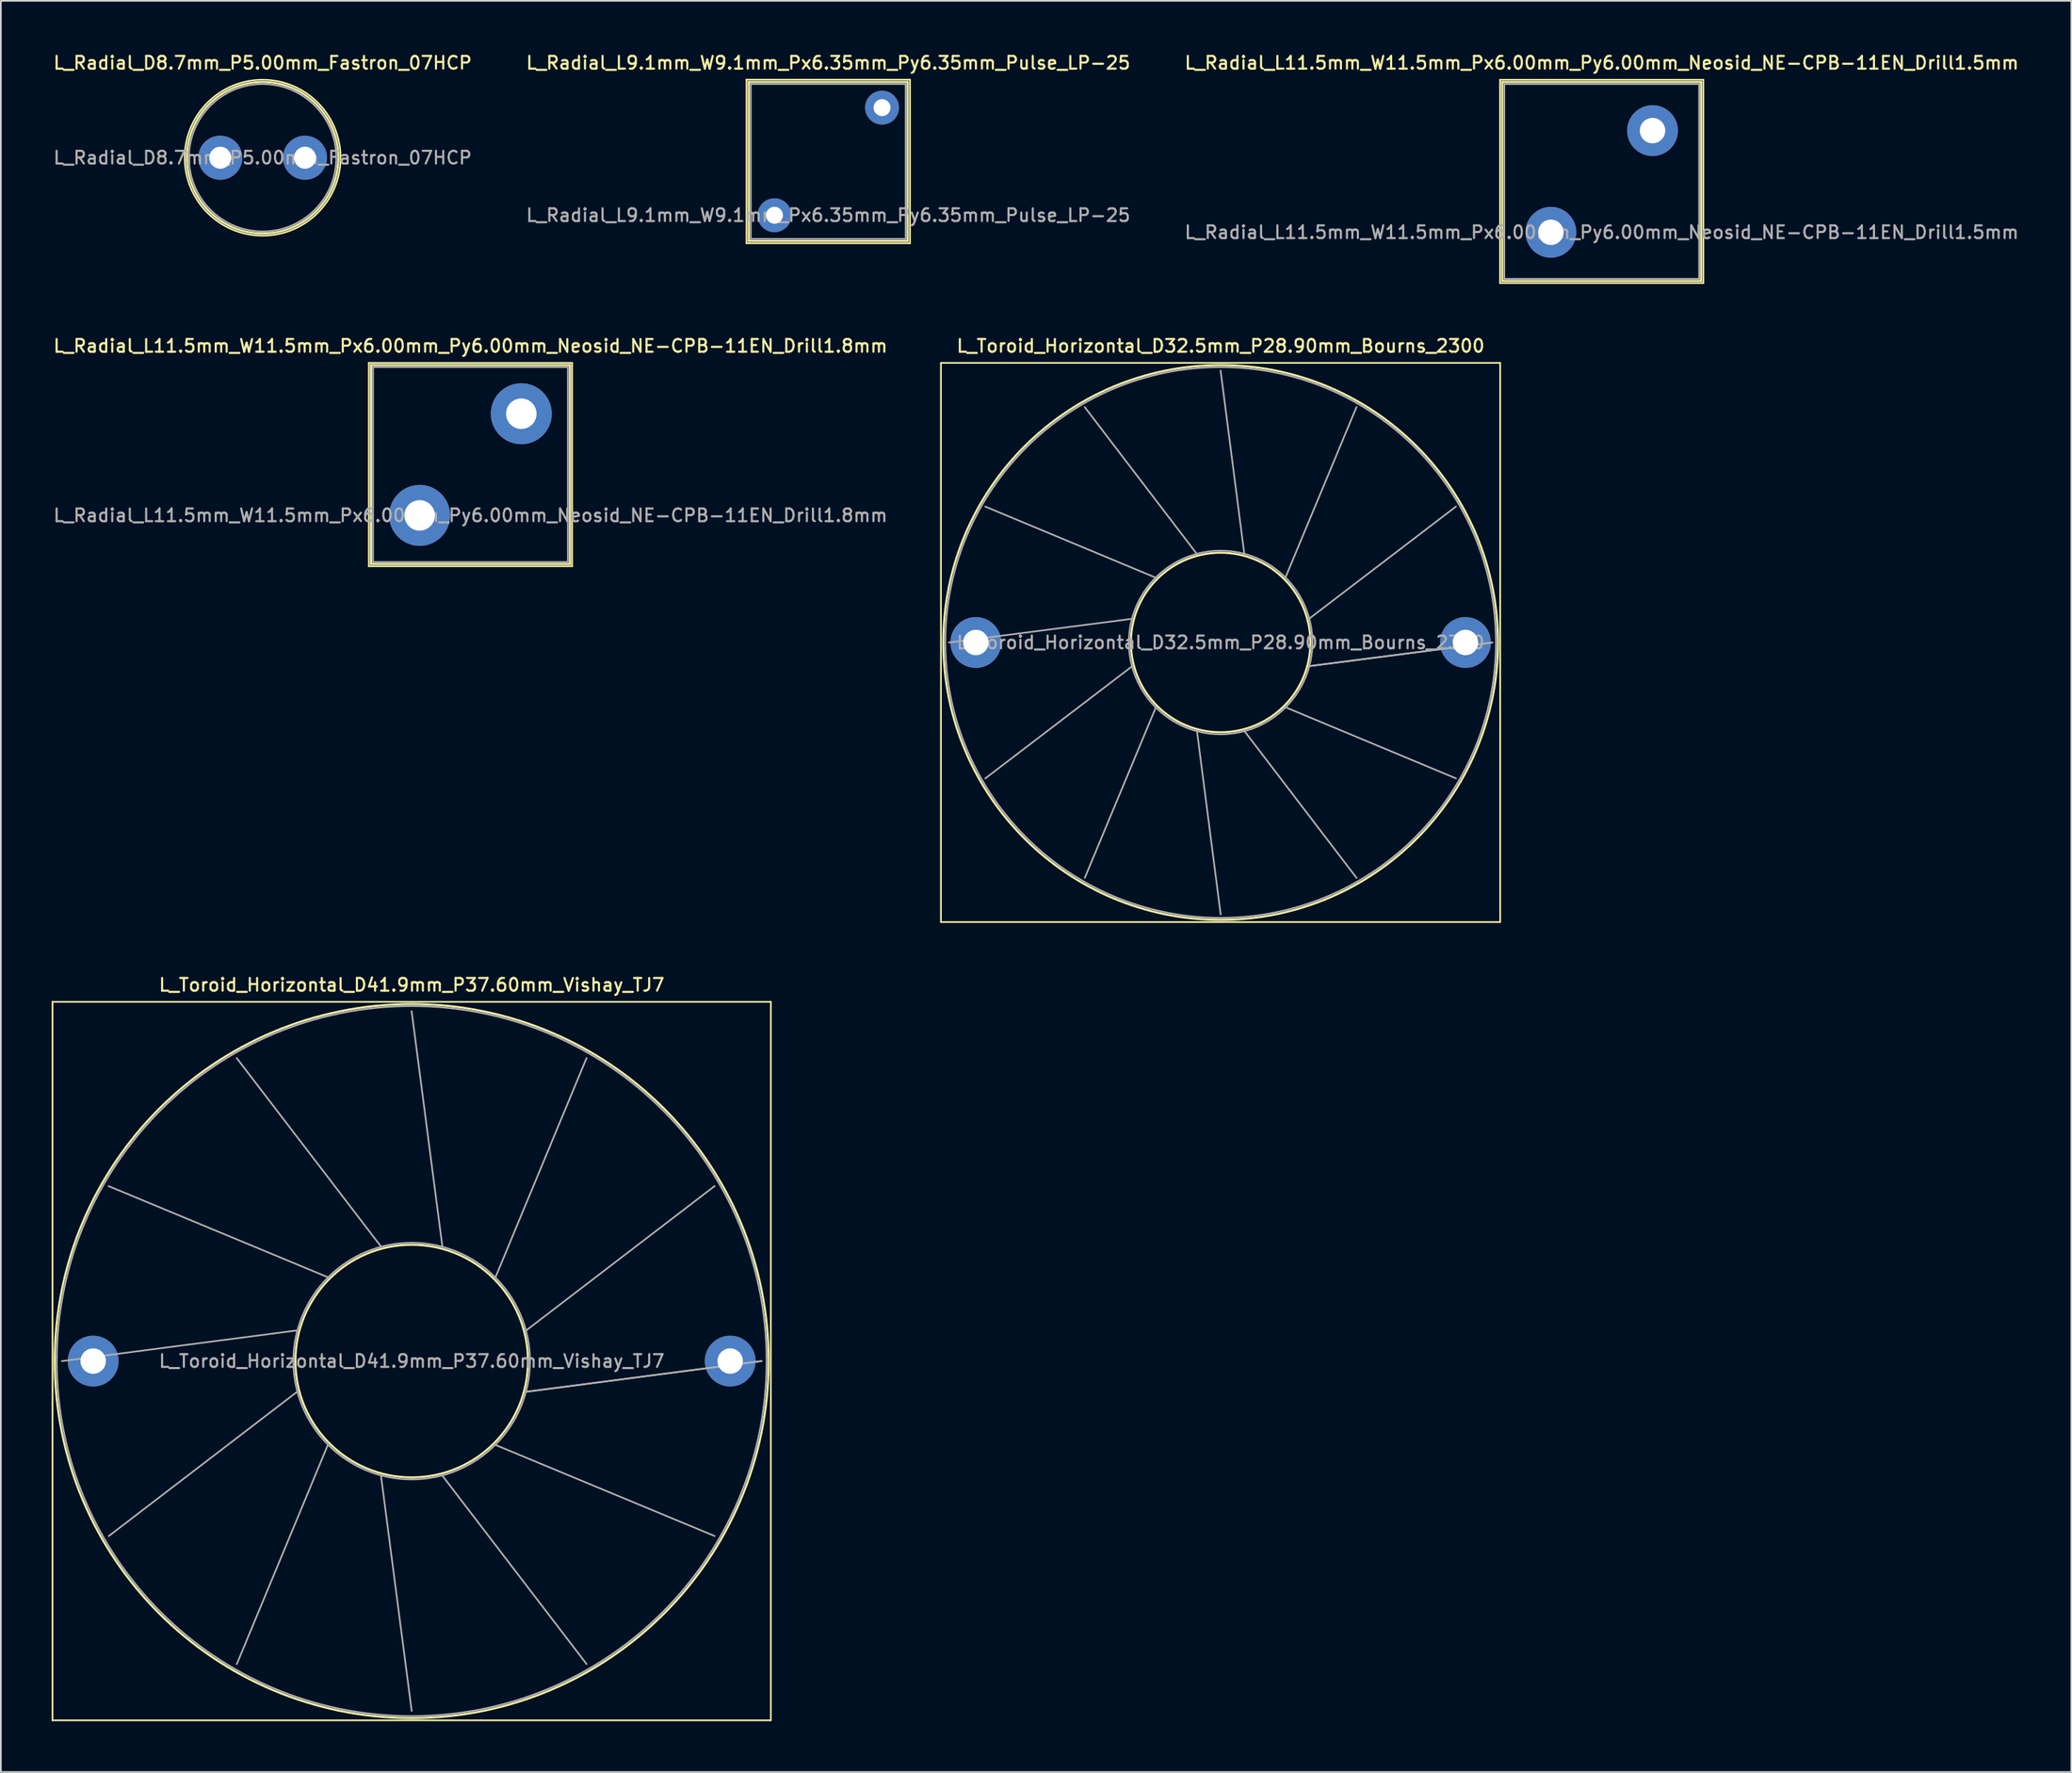
<source format=kicad_pcb>
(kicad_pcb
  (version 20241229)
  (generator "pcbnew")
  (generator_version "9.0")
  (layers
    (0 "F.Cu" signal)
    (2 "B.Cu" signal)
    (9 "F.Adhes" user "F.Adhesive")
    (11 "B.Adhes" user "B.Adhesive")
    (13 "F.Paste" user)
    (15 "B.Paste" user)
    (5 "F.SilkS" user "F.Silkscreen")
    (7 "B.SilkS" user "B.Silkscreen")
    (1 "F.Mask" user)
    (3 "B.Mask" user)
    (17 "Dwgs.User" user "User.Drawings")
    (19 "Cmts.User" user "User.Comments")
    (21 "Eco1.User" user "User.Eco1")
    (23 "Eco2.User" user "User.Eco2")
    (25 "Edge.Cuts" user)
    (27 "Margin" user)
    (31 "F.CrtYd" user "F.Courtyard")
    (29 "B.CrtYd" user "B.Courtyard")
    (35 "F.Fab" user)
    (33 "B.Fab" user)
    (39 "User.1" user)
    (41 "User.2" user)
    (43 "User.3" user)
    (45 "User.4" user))
  (footprint "L_Toroid_Horizontal_D32.5mm_P28.90mm_Bourns_2300"
    (layer "F.Cu")
    (at 54.549 34.866)
    (property "Reference" "L_Toroid_Horizontal_D32.5mm_P28.90mm_Bourns_2300" (at 14.45 -17.5 0) (layer "F.SilkS") (effects (font (size 0.75 0.75) (thickness 0.125))))
    (attr through_hole)
    (fp_line (start -2.06 -16.5) (end -2.06 16.5) (stroke (width 0.1) (type solid)) (layer "F.SilkS"))
    (fp_line (start -2.06 16.5) (end 30.95 16.5) (stroke (width 0.1) (type solid)) (layer "F.SilkS"))
    (fp_line (start 30.95 -16.5) (end -2.06 -16.5) (stroke (width 0.1) (type solid)) (layer "F.SilkS"))
    (fp_line (start 30.95 16.5) (end 30.95 -16.5) (stroke (width 0.1) (type solid)) (layer "F.SilkS"))
    (fp_circle (center 14.45 0) (end 19.747 0) (stroke (width 0.12) (type solid)) (fill no) (layer "F.SilkS"))
    (fp_circle (center 14.45 0) (end 30.82 0) (stroke (width 0.12) (type solid)) (fill no) (layer "F.SilkS"))
    (fp_line (start -1.593 0.001) (end 9.231 -1.398) (stroke (width 0.1) (type solid)) (layer "F.Fab"))
    (fp_line (start 0.556 -8.02) (end 10.629 -3.82) (stroke (width 0.1) (type solid)) (layer "F.Fab"))
    (fp_line (start 0.557 8.022) (end 9.232 1.399) (stroke (width 0.1) (type solid)) (layer "F.Fab"))
    (fp_line (start 6.427 -13.892) (end 13.051 -5.218) (stroke (width 0.1) (type solid)) (layer "F.Fab"))
    (fp_line (start 6.43 13.894) (end 10.63 3.82) (stroke (width 0.1) (type solid)) (layer "F.Fab"))
    (fp_line (start 14.448 -16.043) (end 15.848 -5.219) (stroke (width 0.1) (type solid)) (layer "F.Fab"))
    (fp_line (start 14.451 16.043) (end 13.052 5.219) (stroke (width 0.1) (type solid)) (layer "F.Fab"))
    (fp_line (start 22.469 -13.895) (end 18.27 -3.821) (stroke (width 0.1) (type solid)) (layer "F.Fab"))
    (fp_line (start 22.472 13.893) (end 15.848 5.218) (stroke (width 0.1) (type solid)) (layer "F.Fab"))
    (fp_line (start 28.342 -8.024) (end 19.668 -1.399) (stroke (width 0.1) (type solid)) (layer "F.Fab"))
    (fp_line (start 28.343 8.021) (end 18.27 3.82) (stroke (width 0.1) (type solid)) (layer "F.Fab"))
    (fp_line (start 30.493 -0.003) (end 19.669 1.397) (stroke (width 0.1) (type solid)) (layer "F.Fab"))
    (fp_line (start 30.493 0) (end 19.669 1.398) (stroke (width 0.1) (type solid)) (layer "F.Fab"))
    (fp_circle (center 14.45 0) (end 19.867 0) (stroke (width 0.1) (type solid)) (fill no) (layer "F.Fab"))
    (fp_circle (center 14.45 0) (end 30.7 0) (stroke (width 0.1) (type solid)) (fill no) (layer "F.Fab"))
    (fp_text user "${REFERENCE}" (at 14.45 0 0) (layer "F.Fab") (effects (font (size 0.75 0.75) (thickness 0.125))))
    (pad "1" thru_hole circle (at 0 0) (size 3 3) (drill 1.5) (layers "*.Cu" "*.Mask"))
    (pad "2" thru_hole circle (at 28.9 0) (size 3 3) (drill 1.5) (layers "*.Cu" "*.Mask")))
  (footprint "L_Radial_L11.5mm_W11.5mm_Px6.00mm_Py6.00mm_Neosid_NE-CPB-11EN_Drill1.8mm"
    (layer "F.Cu")
    (at 21.72 27.366)
    (property "Reference" "L_Radial_L11.5mm_W11.5mm_Px6.00mm_Py6.00mm_Neosid_NE-CPB-11EN_Drill1.8mm" (at 3 -10 0) (layer "F.SilkS") (effects (font (size 0.75 0.75) (thickness 0.125))))
    (attr through_hole)
    (fp_line (start -3 -9) (end -3 3) (stroke (width 0.1) (type solid)) (layer "F.SilkS"))
    (fp_line (start -3 3) (end 9 3) (stroke (width 0.1) (type solid)) (layer "F.SilkS"))
    (fp_line (start -2.87 -8.87) (end -2.87 2.87) (stroke (width 0.12) (type solid)) (layer "F.SilkS"))
    (fp_line (start -2.87 -8.87) (end 8.87 -8.87) (stroke (width 0.12) (type solid)) (layer "F.SilkS"))
    (fp_line (start -2.87 2.87) (end 8.87 2.87) (stroke (width 0.12) (type solid)) (layer "F.SilkS"))
    (fp_line (start 8.87 -8.87) (end 8.87 2.87) (stroke (width 0.12) (type solid)) (layer "F.SilkS"))
    (fp_line (start 9 -9) (end -3 -9) (stroke (width 0.1) (type solid)) (layer "F.SilkS"))
    (fp_line (start 9 3) (end 9 -9) (stroke (width 0.1) (type solid)) (layer "F.SilkS"))
    (fp_line (start -2.75 -8.75) (end -2.75 2.75) (stroke (width 0.1) (type solid)) (layer "F.Fab"))
    (fp_line (start -2.75 2.75) (end 8.75 2.75) (stroke (width 0.1) (type solid)) (layer "F.Fab"))
    (fp_line (start 8.75 -8.75) (end -2.75 -8.75) (stroke (width 0.1) (type solid)) (layer "F.Fab"))
    (fp_line (start 8.75 2.75) (end 8.75 -8.75) (stroke (width 0.1) (type solid)) (layer "F.Fab"))
    (fp_text user "${REFERENCE}" (at 3 0 0) (layer "F.Fab") (effects (font (size 0.75 0.75) (thickness 0.125))))
    (pad "1" thru_hole circle (at 0 0) (size 3.6 3.6) (drill 1.8) (layers "*.Cu" "*.Mask"))
    (pad "2" thru_hole circle (at 6 -6) (size 3.6 3.6) (drill 1.8) (layers "*.Cu" "*.Mask")))
  (footprint "L_Radial_D8.7mm_P5.00mm_Fastron_07HCP"
    (layer "F.Cu")
    (at 9.952 6.258)
    (property "Reference" "L_Radial_D8.7mm_P5.00mm_Fastron_07HCP" (at 2.5 -5.6 0) (layer "F.SilkS") (effects (font (size 0.75 0.75) (thickness 0.125))))
    (attr through_hole)
    (fp_circle (center 2.5 0) (end 6.97 0) (stroke (width 0.12) (type solid)) (fill no) (layer "F.SilkS"))
    (fp_circle (center 2.5 0) (end 7.1 0) (stroke (width 0.1) (type solid)) (fill no) (layer "F.SilkS"))
    (fp_circle (center 2.5 0) (end 6.85 0) (stroke (width 0.1) (type solid)) (fill no) (layer "F.Fab"))
    (fp_text user "${REFERENCE}" (at 2.5 0 0) (layer "F.Fab") (effects (font (size 0.75 0.75) (thickness 0.125))))
    (pad "1" thru_hole circle (at 0 0) (size 2.6 2.6) (drill 1.3) (layers "*.Cu" "*.Mask"))
    (pad "2" thru_hole circle (at 5 0) (size 2.6 2.6) (drill 1.3) (layers "*.Cu" "*.Mask")))
  (footprint "L_Toroid_Horizontal_D41.9mm_P37.60mm_Vishay_TJ7"
    (layer "F.Cu")
    (at 2.45 77.274)
    (property "Reference" "L_Toroid_Horizontal_D41.9mm_P37.60mm_Vishay_TJ7" (at 18.8 -22.2 0) (layer "F.SilkS") (effects (font (size 0.75 0.75) (thickness 0.125))))
    (attr through_hole)
    (fp_line (start -2.4 -21.2) (end -2.4 21.2) (stroke (width 0.1) (type solid)) (layer "F.SilkS"))
    (fp_line (start -2.4 21.2) (end 40 21.2) (stroke (width 0.1) (type solid)) (layer "F.SilkS"))
    (fp_line (start 40 -21.2) (end -2.4 -21.2) (stroke (width 0.1) (type solid)) (layer "F.SilkS"))
    (fp_line (start 40 21.2) (end 40 -21.2) (stroke (width 0.1) (type solid)) (layer "F.SilkS"))
    (fp_circle (center 18.8 0) (end 25.663 0) (stroke (width 0.12) (type solid)) (fill no) (layer "F.SilkS"))
    (fp_circle (center 18.8 0) (end 39.87 0) (stroke (width 0.12) (type solid)) (fill no) (layer "F.SilkS"))
    (fp_line (start -1.849 0.002) (end 12.038 -1.811) (stroke (width 0.1) (type solid)) (layer "F.Fab"))
    (fp_line (start 0.917 -10.322) (end 13.849 -4.95) (stroke (width 0.1) (type solid)) (layer "F.Fab"))
    (fp_line (start 0.919 10.326) (end 12.038 1.812) (stroke (width 0.1) (type solid)) (layer "F.Fab"))
    (fp_line (start 8.473 -17.881) (end 16.987 -6.762) (stroke (width 0.1) (type solid)) (layer "F.Fab"))
    (fp_line (start 8.477 17.883) (end 13.85 4.951) (stroke (width 0.1) (type solid)) (layer "F.Fab"))
    (fp_line (start 18.797 -20.649) (end 20.611 -6.762) (stroke (width 0.1) (type solid)) (layer "F.Fab"))
    (fp_line (start 18.801 20.649) (end 16.988 6.762) (stroke (width 0.1) (type solid)) (layer "F.Fab"))
    (fp_line (start 29.122 -17.884) (end 23.749 -4.951) (stroke (width 0.1) (type solid)) (layer "F.Fab"))
    (fp_line (start 29.125 17.882) (end 20.612 6.762) (stroke (width 0.1) (type solid)) (layer "F.Fab"))
    (fp_line (start 36.68 -10.327) (end 25.562 -1.813) (stroke (width 0.1) (type solid)) (layer "F.Fab"))
    (fp_line (start 36.682 10.324) (end 23.75 4.95) (stroke (width 0.1) (type solid)) (layer "F.Fab"))
    (fp_line (start 39.449 -0.004) (end 25.562 1.811) (stroke (width 0.1) (type solid)) (layer "F.Fab"))
    (fp_line (start 39.449 0) (end 25.562 1.812) (stroke (width 0.1) (type solid)) (layer "F.Fab"))
    (fp_circle (center 18.8 0) (end 25.783 0) (stroke (width 0.1) (type solid)) (fill no) (layer "F.Fab"))
    (fp_circle (center 18.8 0) (end 39.75 0) (stroke (width 0.1) (type solid)) (fill no) (layer "F.Fab"))
    (fp_text user "${REFERENCE}" (at 18.8 0 0) (layer "F.Fab") (effects (font (size 0.75 0.75) (thickness 0.125))))
    (pad "1" thru_hole circle (at 0 0) (size 3 3) (drill 1.5) (layers "*.Cu" "*.Mask"))
    (pad "2" thru_hole circle (at 37.6 0) (size 3 3) (drill 1.5) (layers "*.Cu" "*.Mask")))
  (footprint "L_Radial_L11.5mm_W11.5mm_Px6.00mm_Py6.00mm_Neosid_NE-CPB-11EN_Drill1.5mm"
    (layer "F.Cu")
    (at 88.491 10.658)
    (property "Reference" "L_Radial_L11.5mm_W11.5mm_Px6.00mm_Py6.00mm_Neosid_NE-CPB-11EN_Drill1.5mm" (at 3 -10 0) (layer "F.SilkS") (effects (font (size 0.75 0.75) (thickness 0.125))))
    (attr through_hole)
    (fp_line (start -3 -9) (end -3 3) (stroke (width 0.1) (type solid)) (layer "F.SilkS"))
    (fp_line (start -3 3) (end 9 3) (stroke (width 0.1) (type solid)) (layer "F.SilkS"))
    (fp_line (start -2.87 -8.87) (end -2.87 2.87) (stroke (width 0.12) (type solid)) (layer "F.SilkS"))
    (fp_line (start -2.87 -8.87) (end 8.87 -8.87) (stroke (width 0.12) (type solid)) (layer "F.SilkS"))
    (fp_line (start -2.87 2.87) (end 8.87 2.87) (stroke (width 0.12) (type solid)) (layer "F.SilkS"))
    (fp_line (start 8.87 -8.87) (end 8.87 2.87) (stroke (width 0.12) (type solid)) (layer "F.SilkS"))
    (fp_line (start 9 -9) (end -3 -9) (stroke (width 0.1) (type solid)) (layer "F.SilkS"))
    (fp_line (start 9 3) (end 9 -9) (stroke (width 0.1) (type solid)) (layer "F.SilkS"))
    (fp_line (start -2.75 -8.75) (end -2.75 2.75) (stroke (width 0.1) (type solid)) (layer "F.Fab"))
    (fp_line (start -2.75 2.75) (end 8.75 2.75) (stroke (width 0.1) (type solid)) (layer "F.Fab"))
    (fp_line (start 8.75 -8.75) (end -2.75 -8.75) (stroke (width 0.1) (type solid)) (layer "F.Fab"))
    (fp_line (start 8.75 2.75) (end 8.75 -8.75) (stroke (width 0.1) (type solid)) (layer "F.Fab"))
    (fp_text user "${REFERENCE}" (at 3 0 0) (layer "F.Fab") (effects (font (size 0.75 0.75) (thickness 0.125))))
    (pad "1" thru_hole circle (at 0 0) (size 3 3) (drill 1.5) (layers "*.Cu" "*.Mask"))
    (pad "2" thru_hole circle (at 6 -6) (size 3 3) (drill 1.5) (layers "*.Cu" "*.Mask")))
  (footprint "L_Radial_L9.1mm_W9.1mm_Px6.35mm_Py6.35mm_Pulse_LP-25"
    (layer "F.Cu")
    (at 42.663 9.653)
    (property "Reference" "L_Radial_L9.1mm_W9.1mm_Px6.35mm_Py6.35mm_Pulse_LP-25" (at 3.175 -8.995 0) (layer "F.SilkS") (effects (font (size 0.75 0.75) (thickness 0.125))))
    (attr through_hole)
    (fp_line (start -1.65 -8) (end -1.65 1.65) (stroke (width 0.1) (type solid)) (layer "F.SilkS"))
    (fp_line (start -1.65 1.65) (end 8 1.65) (stroke (width 0.1) (type solid)) (layer "F.SilkS"))
    (fp_line (start -1.515 -7.865) (end -1.515 1.515) (stroke (width 0.12) (type solid)) (layer "F.SilkS"))
    (fp_line (start -1.515 -7.865) (end 7.865 -7.865) (stroke (width 0.12) (type solid)) (layer "F.SilkS"))
    (fp_line (start -1.515 1.515) (end 7.865 1.515) (stroke (width 0.12) (type solid)) (layer "F.SilkS"))
    (fp_line (start 7.865 -7.865) (end 7.865 1.515) (stroke (width 0.12) (type solid)) (layer "F.SilkS"))
    (fp_line (start 8 -8) (end -1.65 -8) (stroke (width 0.1) (type solid)) (layer "F.SilkS"))
    (fp_line (start 8 1.65) (end 8 -8) (stroke (width 0.1) (type solid)) (layer "F.SilkS"))
    (fp_line (start -1.395 -7.745) (end -1.395 1.395) (stroke (width 0.1) (type solid)) (layer "F.Fab"))
    (fp_line (start -1.395 1.395) (end 7.745 1.395) (stroke (width 0.1) (type solid)) (layer "F.Fab"))
    (fp_line (start 7.745 -7.745) (end -1.395 -7.745) (stroke (width 0.1) (type solid)) (layer "F.Fab"))
    (fp_line (start 7.745 1.395) (end 7.745 -7.745) (stroke (width 0.1) (type solid)) (layer "F.Fab"))
    (fp_text user "${REFERENCE}" (at 3.175 0 0) (layer "F.Fab") (effects (font (size 0.75 0.75) (thickness 0.125))))
    (pad "1" thru_hole circle (at 0 0) (size 2 2) (drill 1) (layers "*.Cu" "*.Mask"))
    (pad "2" thru_hole circle (at 6.35 -6.35) (size 2 2) (drill 1) (layers "*.Cu" "*.Mask")))
  (gr_rect
    (start -3 -3)
    (end 119.211 101.524)
    (stroke (width 0.1) (type default))
    (fill no)
    (layer "Edge.Cuts")))
</source>
